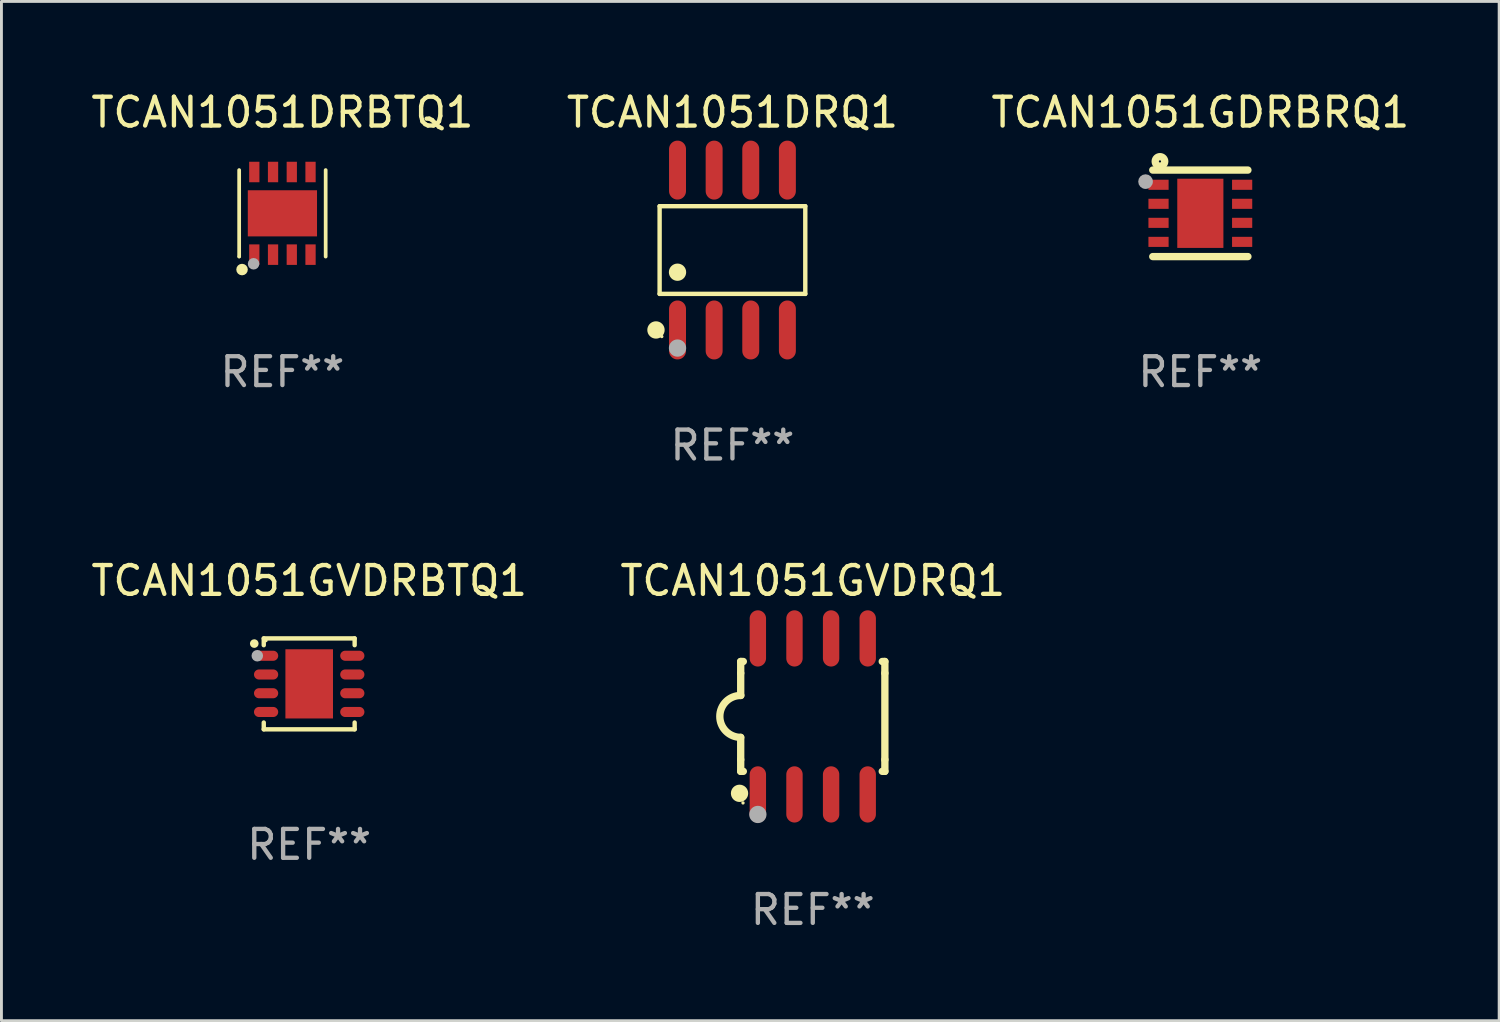
<source format=kicad_pcb>
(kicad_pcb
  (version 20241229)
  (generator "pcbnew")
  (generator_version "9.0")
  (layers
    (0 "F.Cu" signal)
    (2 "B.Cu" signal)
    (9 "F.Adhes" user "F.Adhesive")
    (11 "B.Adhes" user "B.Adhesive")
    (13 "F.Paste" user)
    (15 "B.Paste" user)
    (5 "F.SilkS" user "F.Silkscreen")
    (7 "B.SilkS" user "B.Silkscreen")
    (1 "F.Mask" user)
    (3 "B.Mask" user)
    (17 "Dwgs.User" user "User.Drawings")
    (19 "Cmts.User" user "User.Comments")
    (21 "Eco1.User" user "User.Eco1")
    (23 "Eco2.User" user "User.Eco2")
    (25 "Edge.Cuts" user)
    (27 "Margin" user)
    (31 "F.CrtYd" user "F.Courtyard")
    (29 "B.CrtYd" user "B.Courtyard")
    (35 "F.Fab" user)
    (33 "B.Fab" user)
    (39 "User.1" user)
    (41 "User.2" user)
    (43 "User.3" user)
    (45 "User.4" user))
  (footprint "TCAN1051GVDRBTQ1"
    (layer "F.Cu")
    (at 7.673 20.666)
    (property "Reference" "TCAN1051GVDRBTQ1" (at 0 -3.576 0) (layer "F.SilkS") (effects (font (size 1 1) (thickness 0.15))))
    (attr through_hole)
    (fp_line (start -1.576 -1.576) (end 1.576 -1.576) (stroke (width 0.152) (type solid)) (layer "F.SilkS"))
    (fp_line (start -1.576 -1.341) (end -1.576 -1.576) (stroke (width 0.152) (type solid)) (layer "F.SilkS"))
    (fp_line (start -1.576 1.341) (end -1.576 1.576) (stroke (width 0.152) (type solid)) (layer "F.SilkS"))
    (fp_line (start -1.576 1.576) (end 1.576 1.576) (stroke (width 0.152) (type solid)) (layer "F.SilkS"))
    (fp_line (start 1.576 -1.576) (end 1.576 -1.341) (stroke (width 0.152) (type solid)) (layer "F.SilkS"))
    (fp_line (start 1.576 1.576) (end 1.576 1.341) (stroke (width 0.152) (type solid)) (layer "F.SilkS"))
    (fp_circle (center -1.905 -1.397) (end -1.83 -1.397) (stroke (width 0.15) (type solid)) (fill no) (layer "F.SilkS"))
    (fp_circle (center -1.5 -1.5) (end -1.47 -1.5) (stroke (width 0.06) (type solid)) (fill no) (layer "F.SilkS"))
    (fp_circle (center -1.8 -0.975) (end -1.7 -0.975) (stroke (width 0.2) (type solid)) (fill no) (layer "F.Fab"))
    (fp_text user "REF**" (at 0 5.576 0) (layer "F.Fab") (effects (font (size 1 1) (thickness 0.15))))
    (pad "1" smd oval (at -1.495 -0.975) (size 0.84 0.35) (layers "F.Cu" "F.Mask" "F.Paste"))
    (pad "2" smd oval (at -1.495 -0.325) (size 0.84 0.35) (layers "F.Cu" "F.Mask" "F.Paste"))
    (pad "3" smd oval (at -1.495 0.325) (size 0.84 0.35) (layers "F.Cu" "F.Mask" "F.Paste"))
    (pad "4" smd oval (at -1.495 0.975) (size 0.84 0.35) (layers "F.Cu" "F.Mask" "F.Paste"))
    (pad "5" smd oval (at 1.495 0.975) (size 0.84 0.35) (layers "F.Cu" "F.Mask" "F.Paste"))
    (pad "6" smd oval (at 1.495 0.325) (size 0.84 0.35) (layers "F.Cu" "F.Mask" "F.Paste"))
    (pad "7" smd oval (at 1.495 -0.325) (size 0.84 0.35) (layers "F.Cu" "F.Mask" "F.Paste"))
    (pad "8" smd oval (at 1.495 -0.975) (size 0.84 0.35) (layers "F.Cu" "F.Mask" "F.Paste"))
    (pad "9" smd rect (at -0.000102 0.000102) (size 1.65 2.4) (layers "F.Cu" "F.Mask" "F.Paste")))
  (footprint "TCAN1051GDRBRQ1"
    (layer "F.Cu")
    (at 38.577 4.348)
    (property "Reference" "TCAN1051GDRBRQ1" (at 0 -3.5 0) (layer "F.SilkS") (effects (font (size 1 1) (thickness 0.15))))
    (attr through_hole)
    (fp_line (start -1.65 -1.5) (end 1.65 -1.5) (stroke (width 0.254) (type solid)) (layer "F.SilkS"))
    (fp_line (start -1.65 1.5) (end 1.65 1.5) (stroke (width 0.254) (type solid)) (layer "F.SilkS"))
    (fp_circle (center -1.5 -1.5) (end -1.47 -1.5) (stroke (width 0.06) (type solid)) (fill no) (layer "F.SilkS"))
    (fp_circle (center -1.4 -1.8) (end -1.235 -1.8) (stroke (width 0.254) (type solid)) (fill no) (layer "F.SilkS"))
    (fp_circle (center -1.9 -1.1) (end -1.773 -1.1) (stroke (width 0.254) (type solid)) (fill no) (layer "F.Fab"))
    (fp_text user "REF**" (at 0 5.5 0) (layer "F.Fab") (effects (font (size 1 1) (thickness 0.15))))
    (pad "1" smd rect (at -1.45 -0.99 180) (size 0.7 0.35) (layers "F.Cu" "F.Mask" "F.Paste"))
    (pad "2" smd rect (at -1.45 -0.33 180) (size 0.7 0.35) (layers "F.Cu" "F.Mask" "F.Paste"))
    (pad "3" smd rect (at -1.45 0.33 180) (size 0.7 0.35) (layers "F.Cu" "F.Mask" "F.Paste"))
    (pad "4" smd rect (at -1.45 0.99 180) (size 0.7 0.35) (layers "F.Cu" "F.Mask" "F.Paste"))
    (pad "5" smd rect (at 1.45 0.99 180) (size 0.7 0.35) (layers "F.Cu" "F.Mask" "F.Paste"))
    (pad "6" smd rect (at 1.45 0.33 180) (size 0.7 0.35) (layers "F.Cu" "F.Mask" "F.Paste"))
    (pad "7" smd rect (at 1.45 -0.33 180) (size 0.7 0.35) (layers "F.Cu" "F.Mask" "F.Paste"))
    (pad "8" smd rect (at 1.45 -0.99 180) (size 0.7 0.35) (layers "F.Cu" "F.Mask" "F.Paste"))
    (pad "9" smd rect (at 0 -0.000394 90) (size 2.4 1.6) (layers "F.Cu" "F.Mask" "F.Paste")))
  (footprint "TCAN1051DRBTQ1"
    (layer "F.Cu")
    (at 6.744 4.348)
    (property "Reference" "TCAN1051DRBTQ1" (at 0 -3.5 0) (layer "F.SilkS") (effects (font (size 1 1) (thickness 0.15))))
    (attr through_hole)
    (fp_line (start -1.5 1.5) (end -1.5 -1.5) (stroke (width 0.129) (type solid)) (layer "F.SilkS"))
    (fp_line (start 1.5 -1.5) (end 1.5 1.5) (stroke (width 0.129) (type solid)) (layer "F.SilkS"))
    (fp_circle (center -1.5 1.5) (end -1.47 1.5) (stroke (width 0.06) (type solid)) (fill no) (layer "F.SilkS"))
    (fp_circle (center -1.4 1.95) (end -1.3 1.95) (stroke (width 0.2) (type solid)) (fill no) (layer "F.SilkS"))
    (fp_circle (center -1 1.75) (end -0.9 1.75) (stroke (width 0.2) (type solid)) (fill no) (layer "F.Fab"))
    (fp_text user "REF**" (at 0 5.5 0) (layer "F.Fab") (effects (font (size 1 1) (thickness 0.15))))
    (pad "1" smd rect (at -0.975 1.433) (size 0.356 0.711) (layers "F.Cu" "F.Mask" "F.Paste"))
    (pad "2" smd rect (at -0.325 1.433) (size 0.356 0.711) (layers "F.Cu" "F.Mask" "F.Paste"))
    (pad "3" smd rect (at 0.325 1.433) (size 0.356 0.711) (layers "F.Cu" "F.Mask" "F.Paste"))
    (pad "4" smd rect (at 0.975 1.433) (size 0.356 0.711) (layers "F.Cu" "F.Mask" "F.Paste"))
    (pad "5" smd rect (at 0.975 -1.433) (size 0.356 0.711) (layers "F.Cu" "F.Mask" "F.Paste"))
    (pad "6" smd rect (at 0.325 -1.433) (size 0.356 0.711) (layers "F.Cu" "F.Mask" "F.Paste"))
    (pad "7" smd rect (at -0.325 -1.433) (size 0.356 0.711) (layers "F.Cu" "F.Mask" "F.Paste"))
    (pad "8" smd rect (at -0.975 -1.433) (size 0.356 0.711) (layers "F.Cu" "F.Mask" "F.Paste"))
    (pad "9" smd rect (at 0 0) (size 2.4 1.6) (layers "F.Cu" "F.Mask" "F.Paste")))
  (footprint "TCAN1051DRQ1"
    (layer "F.Cu")
    (at 22.351 5.621)
    (property "Reference" "TCAN1051DRQ1" (at 0 -4.772 0) (layer "F.SilkS") (effects (font (size 1 1) (thickness 0.15))))
    (attr through_hole)
    (fp_line (start -2.526 -1.521) (end 2.526 -1.521) (stroke (width 0.152) (type solid)) (layer "F.SilkS"))
    (fp_line (start -2.526 1.521) (end -2.526 -1.521) (stroke (width 0.152) (type solid)) (layer "F.SilkS"))
    (fp_line (start 2.526 -1.521) (end 2.526 1.521) (stroke (width 0.152) (type solid)) (layer "F.SilkS"))
    (fp_line (start 2.526 1.521) (end -2.526 1.521) (stroke (width 0.152) (type solid)) (layer "F.SilkS"))
    (fp_circle (center -2.652 2.772) (end -2.501 2.772) (stroke (width 0.3) (type solid)) (fill no) (layer "F.SilkS"))
    (fp_circle (center -2.45 3) (end -2.42 3) (stroke (width 0.06) (type solid)) (fill no) (layer "F.SilkS"))
    (fp_circle (center -1.905 0.769) (end -1.755 0.769) (stroke (width 0.3) (type solid)) (fill no) (layer "F.SilkS"))
    (fp_circle (center -1.905 3.4) (end -1.755 3.4) (stroke (width 0.3) (type solid)) (fill no) (layer "F.Fab"))
    (fp_text user "REF**" (at 0 6.772 0) (layer "F.Fab") (effects (font (size 1 1) (thickness 0.15))))
    (pad "1" smd oval (at -1.905 2.772) (size 0.588 2.045) (layers "F.Cu" "F.Mask" "F.Paste"))
    (pad "2" smd oval (at -0.635 2.772) (size 0.588 2.045) (layers "F.Cu" "F.Mask" "F.Paste"))
    (pad "3" smd oval (at 0.635 2.772) (size 0.588 2.045) (layers "F.Cu" "F.Mask" "F.Paste"))
    (pad "4" smd oval (at 1.905 2.772) (size 0.588 2.045) (layers "F.Cu" "F.Mask" "F.Paste"))
    (pad "5" smd oval (at 1.905 -2.772) (size 0.588 2.045) (layers "F.Cu" "F.Mask" "F.Paste"))
    (pad "6" smd oval (at 0.635 -2.772) (size 0.588 2.045) (layers "F.Cu" "F.Mask" "F.Paste"))
    (pad "7" smd oval (at -0.635 -2.772) (size 0.588 2.045) (layers "F.Cu" "F.Mask" "F.Paste"))
    (pad "8" smd oval (at -1.905 -2.772) (size 0.588 2.045) (layers "F.Cu" "F.Mask" "F.Paste")))
  (footprint "TCAN1051GVDRQ1"
    (layer "F.Cu")
    (at 25.137 21.795)
    (property "Reference" "TCAN1051GVDRQ1" (at 0 -4.705 0) (layer "F.SilkS") (effects (font (size 1 1) (thickness 0.15))))
    (attr through_hole)
    (fp_line (start -2.5 -1.905) (end -2.409 -1.905) (stroke (width 0.254) (type solid)) (layer "F.SilkS"))
    (fp_line (start -2.5 -1.5) (end -2.5 -1.905) (stroke (width 0.254) (type solid)) (layer "F.SilkS"))
    (fp_line (start -2.5 -1.5) (end -2.5 -0.726) (stroke (width 0.254) (type solid)) (layer "F.SilkS"))
    (fp_line (start -2.5 1.5) (end -2.5 0.727) (stroke (width 0.254) (type solid)) (layer "F.SilkS"))
    (fp_line (start -2.5 1.5) (end -2.5 1.905) (stroke (width 0.254) (type solid)) (layer "F.SilkS"))
    (fp_line (start -2.5 1.905) (end -2.409 1.905) (stroke (width 0.254) (type solid)) (layer "F.SilkS"))
    (fp_line (start 2.5 -1.905) (end 2.409 -1.905) (stroke (width 0.254) (type solid)) (layer "F.SilkS"))
    (fp_line (start 2.5 -1.5) (end 2.5 -1.905) (stroke (width 0.254) (type solid)) (layer "F.SilkS"))
    (fp_line (start 2.5 -1.5) (end 2.5 1.5) (stroke (width 0.254) (type solid)) (layer "F.SilkS"))
    (fp_line (start 2.5 1.5) (end 2.5 1.905) (stroke (width 0.254) (type solid)) (layer "F.SilkS"))
    (fp_line (start 2.5 1.905) (end 2.409 1.905) (stroke (width 0.254) (type solid)) (layer "F.SilkS"))
    (fp_arc (start -2.5 0.726568) (mid -3.220316 -0.0023) (end -2.495097 -0.726289) (stroke (width 0.254001) (type solid)) (layer "F.SilkS"))
    (fp_circle (center -2.54 2.667) (end -2.39 2.667) (stroke (width 0.3) (type solid)) (fill no) (layer "F.SilkS"))
    (fp_circle (center -2.42 3) (end -2.39 3) (stroke (width 0.06) (type solid)) (fill no) (layer "F.SilkS"))
    (fp_circle (center -1.905 3.4) (end -1.755 3.4) (stroke (width 0.3) (type solid)) (fill no) (layer "F.Fab"))
    (fp_text user "REF**" (at 0 6.705 0) (layer "F.Fab") (effects (font (size 1 1) (thickness 0.15))))
    (pad "1" smd oval (at -1.905 2.705) (size 0.568 1.95) (layers "F.Cu" "F.Mask" "F.Paste"))
    (pad "2" smd oval (at -0.635 2.705) (size 0.568 1.95) (layers "F.Cu" "F.Mask" "F.Paste"))
    (pad "3" smd oval (at 0.635 2.705) (size 0.568 1.95) (layers "F.Cu" "F.Mask" "F.Paste"))
    (pad "4" smd oval (at 1.905 2.705) (size 0.568 1.95) (layers "F.Cu" "F.Mask" "F.Paste"))
    (pad "5" smd oval (at 1.905 -2.705) (size 0.568 1.95) (layers "F.Cu" "F.Mask" "F.Paste"))
    (pad "6" smd oval (at 0.635 -2.705) (size 0.568 1.95) (layers "F.Cu" "F.Mask" "F.Paste"))
    (pad "7" smd oval (at -0.635 -2.705) (size 0.568 1.95) (layers "F.Cu" "F.Mask" "F.Paste"))
    (pad "8" smd oval (at -1.905 -2.705) (size 0.568 1.95) (layers "F.Cu" "F.Mask" "F.Paste")))
  (gr_rect
    (start -3 -3)
    (end 48.94 32.348)
    (stroke (width 0.1) (type default))
    (fill no)
    (layer "Edge.Cuts")))
</source>
